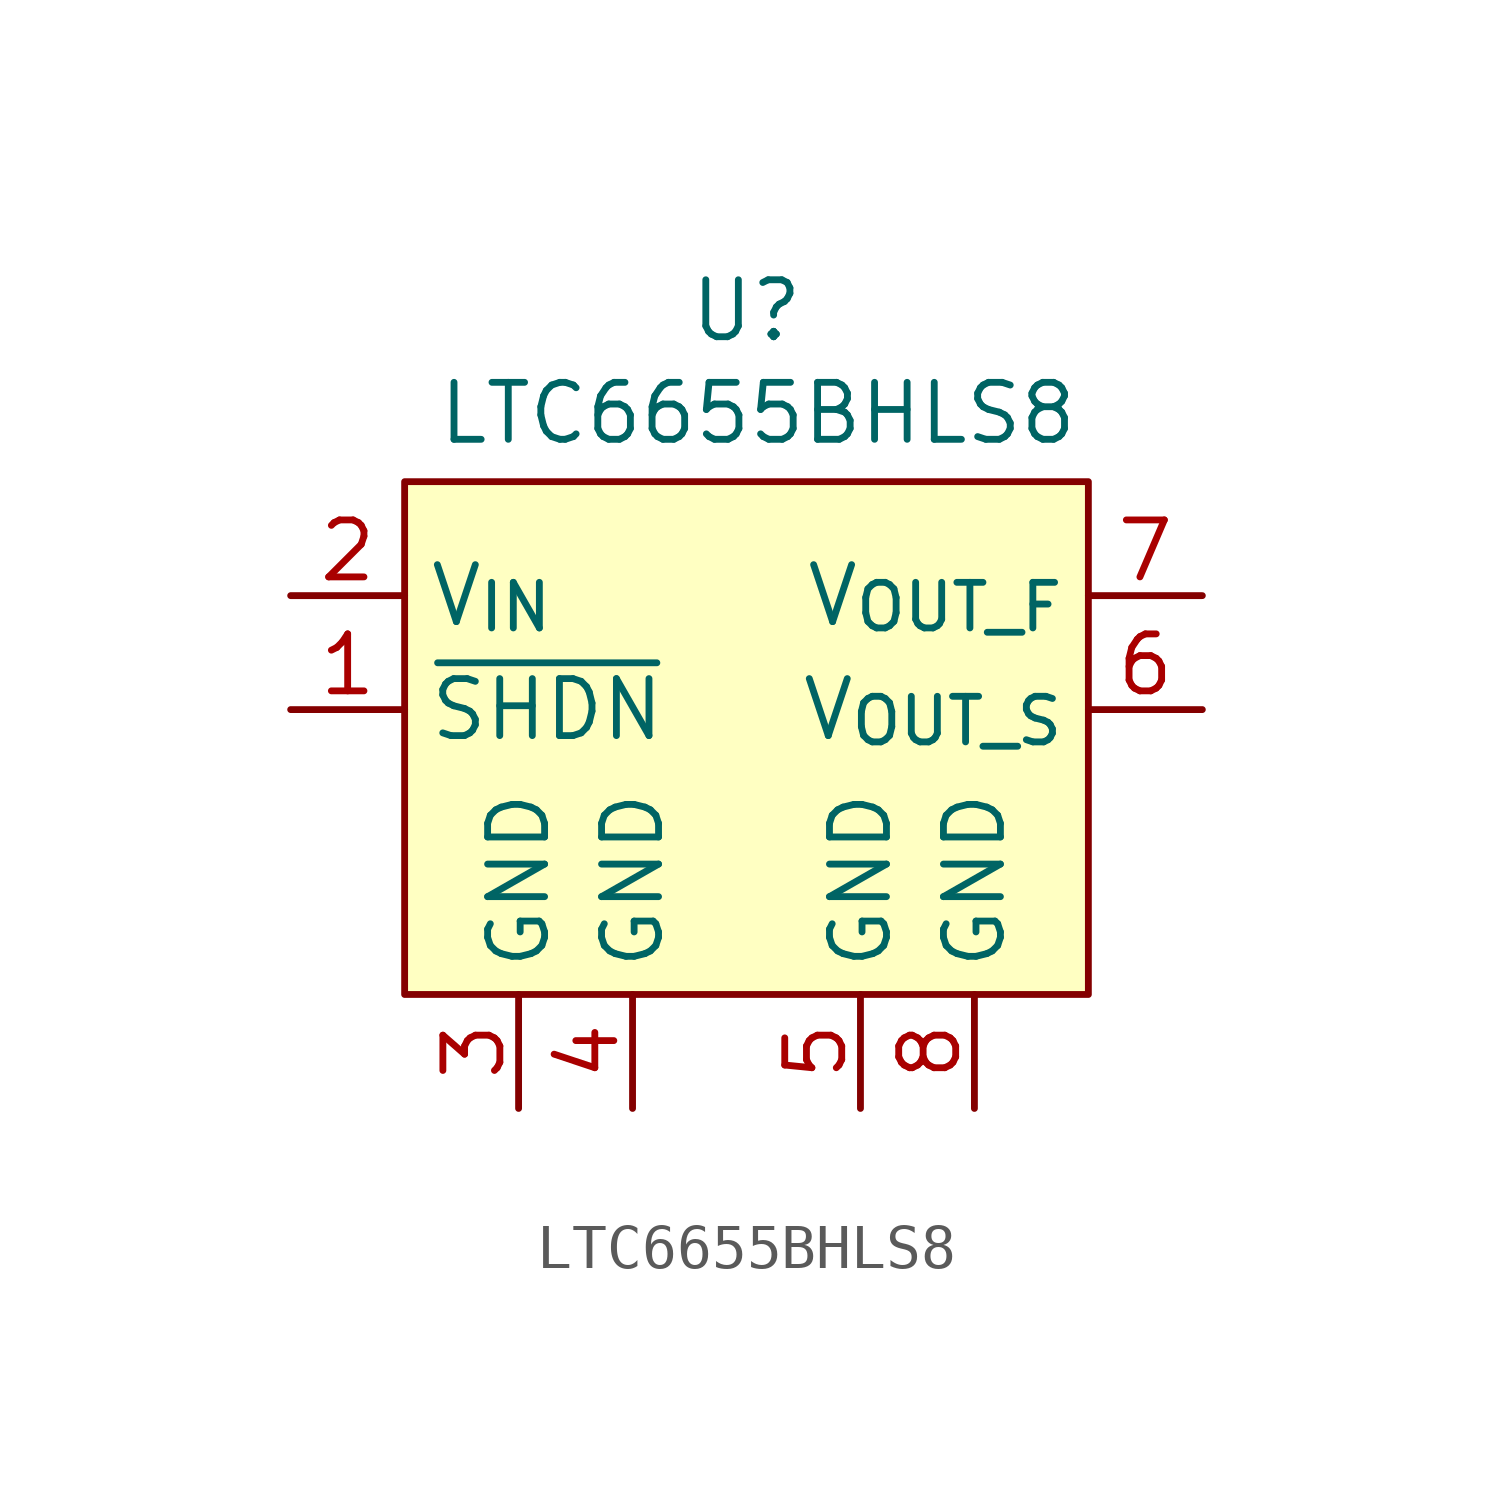
<source format=kicad_sym>
(kicad_symbol_lib
  (version 20241209)
  (generator "kicad_symbol_editor")
  (generator_version "9.0")
  (symbol "LTC6655BHLS8"
    (property "Reference" "U"
      (at 0 7.62 0)
      (effects (font (size 1.27 1.27))))
    (property "Value" "LTC6655BHLS8"
      (at 0.254 5.334 0)
      (effects (font (size 1.27 1.27))))
    (symbol "LTC6655BHLS8_1_1"
      (rectangle (start -7.62 3.81) (end 7.62 -7.62) (stroke (width 0) (type default)) (fill (type background)))
      (pin bidirectional line (at -10.16 1.27 0) (length 2.54) (name "V_{IN}" (effects (font (size 1.27 1.27)))) (number "2" (effects (font (size 1.27 1.27)))))
      (pin bidirectional line (at -10.16 -1.27 0) (length 2.54) (name "~{SHDN}" (effects (font (size 1.27 1.27)))) (number "1" (effects (font (size 1.27 1.27)))))
      (pin bidirectional line (at -5.08 -10.16 90) (length 2.54) (name "GND" (effects (font (size 1.27 1.27)))) (number "3" (effects (font (size 1.27 1.27)))))
      (pin bidirectional line (at -2.54 -10.16 90) (length 2.54) (name "GND" (effects (font (size 1.27 1.27)))) (number "4" (effects (font (size 1.27 1.27)))))
      (pin bidirectional line (at 2.54 -10.16 90) (length 2.54) (name "GND" (effects (font (size 1.27 1.27)))) (number "5" (effects (font (size 1.27 1.27)))))
      (pin bidirectional line (at 5.08 -10.16 90) (length 2.54) (name "GND" (effects (font (size 1.27 1.27)))) (number "8" (effects (font (size 1.27 1.27)))))
      (pin bidirectional line (at 10.16 1.27 180) (length 2.54) (name "V_{OUT_F}" (effects (font (size 1.27 1.27)))) (number "7" (effects (font (size 1.27 1.27)))))
      (pin bidirectional line (at 10.16 -1.27 180) (length 2.54) (name "V_{OUT_S}" (effects (font (size 1.27 1.27)))) (number "6" (effects (font (size 1.27 1.27))))))))
</source>
